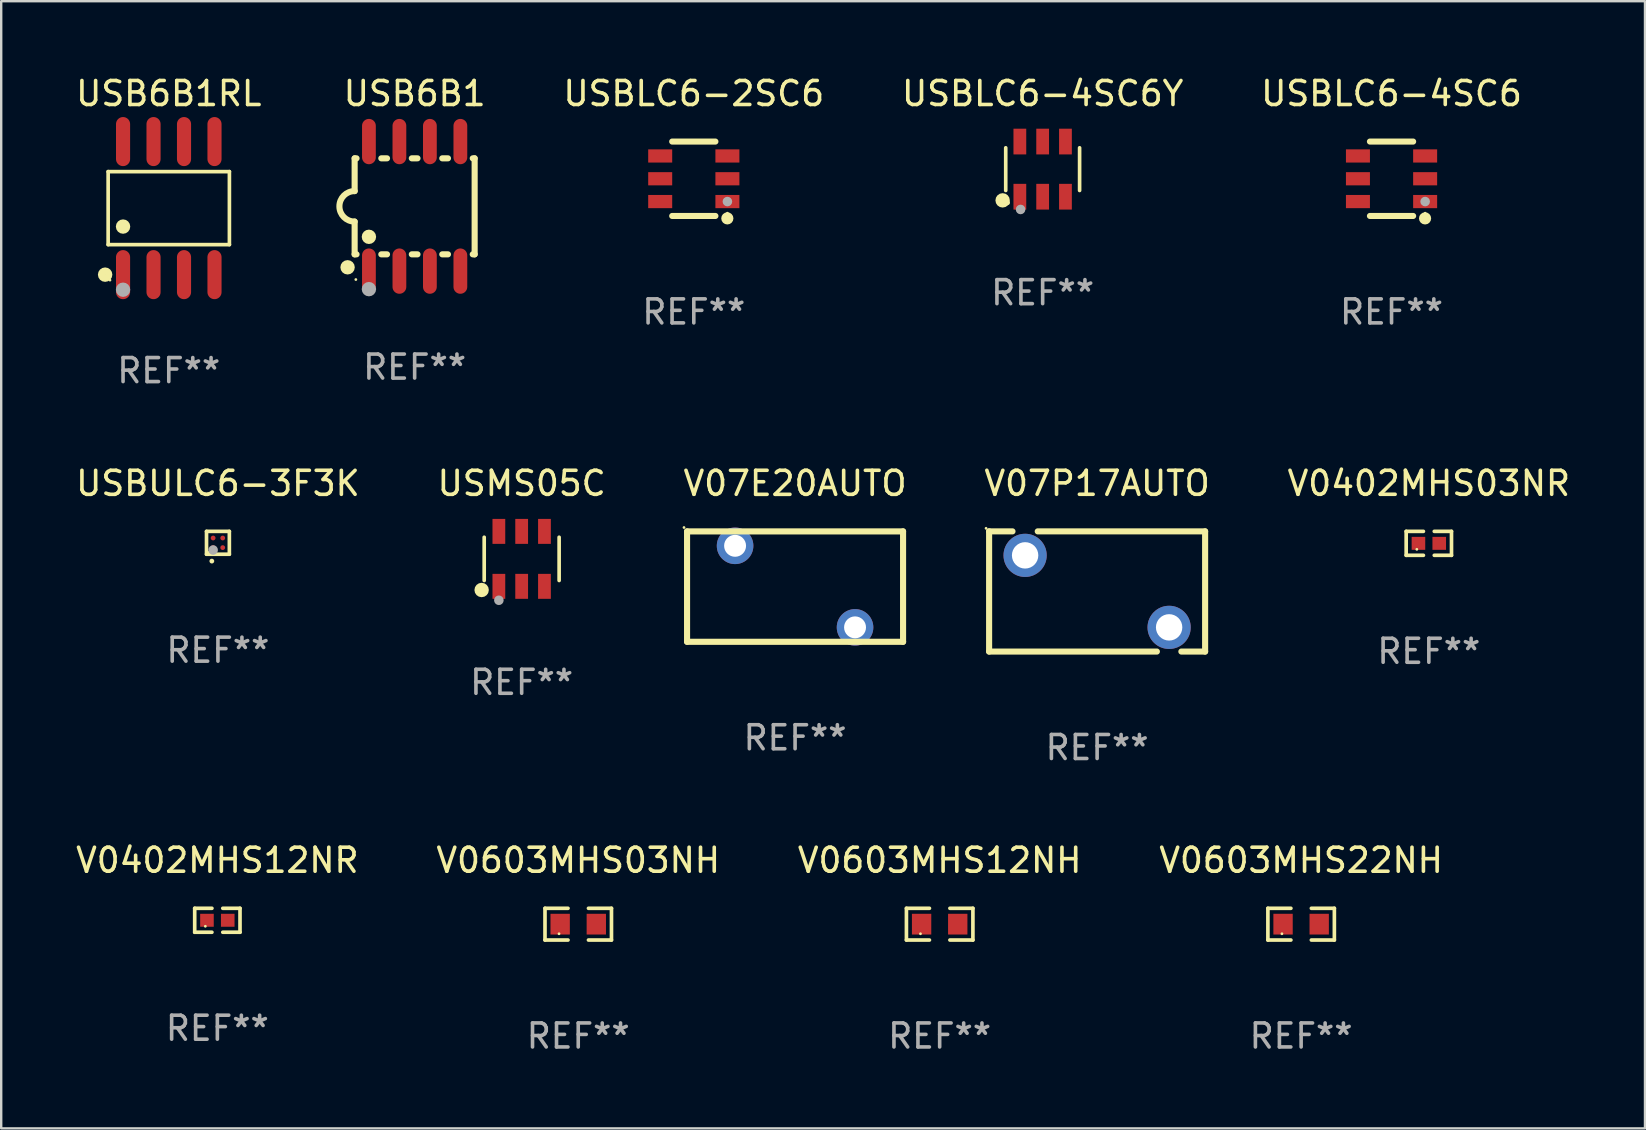
<source format=kicad_pcb>
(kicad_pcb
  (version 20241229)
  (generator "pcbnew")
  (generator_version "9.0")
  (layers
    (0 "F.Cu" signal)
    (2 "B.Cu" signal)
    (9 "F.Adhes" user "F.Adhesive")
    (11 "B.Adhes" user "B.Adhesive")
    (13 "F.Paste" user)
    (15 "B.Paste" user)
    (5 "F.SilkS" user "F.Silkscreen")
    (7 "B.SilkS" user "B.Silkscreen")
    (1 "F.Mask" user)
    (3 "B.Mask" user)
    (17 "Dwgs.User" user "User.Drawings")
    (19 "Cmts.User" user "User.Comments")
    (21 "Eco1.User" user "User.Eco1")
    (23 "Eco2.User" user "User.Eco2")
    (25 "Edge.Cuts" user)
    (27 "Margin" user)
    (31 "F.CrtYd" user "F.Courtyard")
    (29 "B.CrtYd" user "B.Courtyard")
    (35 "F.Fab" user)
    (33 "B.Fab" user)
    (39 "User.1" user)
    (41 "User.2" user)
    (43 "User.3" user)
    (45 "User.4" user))
  (footprint "V0603MHS12NH"
    (layer "F.Cu")
    (at 36.101 35.455)
    (property "Reference" "V0603MHS12NH" (at 0 -2.661 0) (layer "F.SilkS") (effects (font (size 1 1) (thickness 0.15))))
    (attr through_hole)
    (fp_line (start -1.385 -0.661) (end -0.426 -0.661) (stroke (width 0.152) (type solid)) (layer "F.SilkS"))
    (fp_line (start -1.385 0.661) (end -1.385 -0.661) (stroke (width 0.152) (type solid)) (layer "F.SilkS"))
    (fp_line (start -0.426 0.661) (end -1.385 0.661) (stroke (width 0.152) (type solid)) (layer "F.SilkS"))
    (fp_line (start 0.426 0.661) (end 1.385 0.661) (stroke (width 0.152) (type solid)) (layer "F.SilkS"))
    (fp_line (start 1.385 -0.661) (end 0.426 -0.661) (stroke (width 0.152) (type solid)) (layer "F.SilkS"))
    (fp_line (start 1.385 0.661) (end 1.385 -0.661) (stroke (width 0.152) (type solid)) (layer "F.SilkS"))
    (fp_circle (center -0.8 0.4) (end -0.77 0.4) (stroke (width 0.06) (type solid)) (fill no) (layer "F.SilkS"))
    (fp_text user "REF**" (at 0 4.661 0) (layer "F.Fab") (effects (font (size 1 1) (thickness 0.15))))
    (pad "1" smd rect (at -0.753 0) (size 0.806 0.864) (layers "F.Cu" "F.Mask" "F.Paste"))
    (pad "2" smd rect (at 0.753 0) (size 0.806 0.864) (layers "F.Cu" "F.Mask" "F.Paste")))
  (footprint "USB6B1"
    (layer "F.Cu")
    (at 14.226 5.547)
    (property "Reference" "USB6B1" (at 0 -4.699 0) (layer "F.SilkS") (effects (font (size 1 1) (thickness 0.15))))
    (attr through_hole)
    (fp_line (start -2.5 -2) (end -2.5 -0.635) (stroke (width 0.254) (type solid)) (layer "F.SilkS"))
    (fp_line (start -2.5 -2) (end -2.421 -2) (stroke (width 0.254) (type solid)) (layer "F.SilkS"))
    (fp_line (start -2.5 2) (end -2.5 0.635) (stroke (width 0.254) (type solid)) (layer "F.SilkS"))
    (fp_line (start -2.5 2) (end -2.421 2) (stroke (width 0.254) (type solid)) (layer "F.SilkS"))
    (fp_line (start -1.389 -2) (end -1.151 -2) (stroke (width 0.254) (type solid)) (layer "F.SilkS"))
    (fp_line (start -1.389 2) (end -1.151 2) (stroke (width 0.254) (type solid)) (layer "F.SilkS"))
    (fp_line (start -0.119 -2) (end 0.119 -2) (stroke (width 0.254) (type solid)) (layer "F.SilkS"))
    (fp_line (start -0.119 2) (end 0.119 2) (stroke (width 0.254) (type solid)) (layer "F.SilkS"))
    (fp_line (start 1.151 -2) (end 1.389 -2) (stroke (width 0.254) (type solid)) (layer "F.SilkS"))
    (fp_line (start 1.151 2) (end 1.389 2) (stroke (width 0.254) (type solid)) (layer "F.SilkS"))
    (fp_line (start 2.421 -2) (end 2.5 -2) (stroke (width 0.254) (type solid)) (layer "F.SilkS"))
    (fp_line (start 2.421 2) (end 2.5 2) (stroke (width 0.254) (type solid)) (layer "F.SilkS"))
    (fp_line (start 2.5 -2) (end 2.5 2) (stroke (width 0.254) (type solid)) (layer "F.SilkS"))
    (fp_arc (start -2.5 0.635001) (mid -3.134366 -0.000318) (end -2.499365 -0.635001) (stroke (width 0.254001) (type solid)) (layer "F.SilkS"))
    (fp_circle (center -2.794 2.54) (end -2.644 2.54) (stroke (width 0.3) (type solid)) (fill no) (layer "F.SilkS"))
    (fp_circle (center -2.45 3.05) (end -2.42 3.05) (stroke (width 0.06) (type solid)) (fill no) (layer "F.SilkS"))
    (fp_circle (center -1.905 1.27) (end -1.755 1.27) (stroke (width 0.3) (type solid)) (fill no) (layer "F.SilkS"))
    (fp_circle (center -1.905 3.45) (end -1.755 3.45) (stroke (width 0.3) (type solid)) (fill no) (layer "F.Fab"))
    (fp_text user "REF**" (at 0 6.699 0) (layer "F.Fab") (effects (font (size 1 1) (thickness 0.15))))
    (pad "1" smd oval (at -1.905 2.699) (size 0.574 1.888) (layers "F.Cu" "F.Mask" "F.Paste"))
    (pad "2" smd oval (at -0.635 2.699) (size 0.574 1.888) (layers "F.Cu" "F.Mask" "F.Paste"))
    (pad "3" smd oval (at 0.635 2.699) (size 0.574 1.888) (layers "F.Cu" "F.Mask" "F.Paste"))
    (pad "4" smd oval (at 1.905 2.699) (size 0.574 1.888) (layers "F.Cu" "F.Mask" "F.Paste"))
    (pad "5" smd oval (at 1.905 -2.699) (size 0.574 1.888) (layers "F.Cu" "F.Mask" "F.Paste"))
    (pad "6" smd oval (at 0.635 -2.699) (size 0.574 1.888) (layers "F.Cu" "F.Mask" "F.Paste"))
    (pad "7" smd oval (at -0.635 -2.699) (size 0.574 1.888) (layers "F.Cu" "F.Mask" "F.Paste"))
    (pad "8" smd oval (at -1.905 -2.699) (size 0.574 1.888) (layers "F.Cu" "F.Mask" "F.Paste")))
  (footprint "V07E20AUTO"
    (layer "F.Cu")
    (at 30.077 21.39)
    (property "Reference" "V07E20AUTO" (at 0 -4.3 0) (layer "F.SilkS") (effects (font (size 1 1) (thickness 0.15))))
    (attr through_hole)
    (fp_line (start -4.501 -2.3) (end 4.499 -2.3) (stroke (width 0.254) (type solid)) (layer "F.SilkS"))
    (fp_line (start -4.501 2.3) (end -4.501 -2.3) (stroke (width 0.254) (type solid)) (layer "F.SilkS"))
    (fp_line (start 4.499 -2.3) (end 4.499 2.3) (stroke (width 0.254) (type solid)) (layer "F.SilkS"))
    (fp_line (start 4.501 2.3) (end -4.501 2.3) (stroke (width 0.254) (type solid)) (layer "F.SilkS"))
    (fp_circle (center -4.628 -2.461) (end -4.598 -2.461) (stroke (width 0.06) (type solid)) (fill no) (layer "F.SilkS"))
    (fp_text user "REF**" (at 0 6.3 0) (layer "F.Fab") (effects (font (size 1 1) (thickness 0.15))))
    (pad "1" thru_hole circle (at -2.5 -1.699) (size 1.524 1.524) (drill 0.914) (layers "*.Cu" "*.Mask"))
    (pad "2" thru_hole circle (at 2.498 1.699) (size 1.524 1.524) (drill 0.914) (layers "*.Cu" "*.Mask")))
  (footprint "USB6B1RL"
    (layer "F.Cu")
    (at 3.982 5.621)
    (property "Reference" "USB6B1RL" (at 0 -4.772 0) (layer "F.SilkS") (effects (font (size 1 1) (thickness 0.15))))
    (attr through_hole)
    (fp_line (start -2.526 -1.521) (end 2.526 -1.521) (stroke (width 0.152) (type solid)) (layer "F.SilkS"))
    (fp_line (start -2.526 1.521) (end -2.526 -1.521) (stroke (width 0.152) (type solid)) (layer "F.SilkS"))
    (fp_line (start 2.526 -1.521) (end 2.526 1.521) (stroke (width 0.152) (type solid)) (layer "F.SilkS"))
    (fp_line (start 2.526 1.521) (end -2.526 1.521) (stroke (width 0.152) (type solid)) (layer "F.SilkS"))
    (fp_circle (center -2.652 2.772) (end -2.501 2.772) (stroke (width 0.3) (type solid)) (fill no) (layer "F.SilkS"))
    (fp_circle (center -2.45 3) (end -2.42 3) (stroke (width 0.06) (type solid)) (fill no) (layer "F.SilkS"))
    (fp_circle (center -1.905 0.769) (end -1.755 0.769) (stroke (width 0.3) (type solid)) (fill no) (layer "F.SilkS"))
    (fp_circle (center -1.905 3.4) (end -1.755 3.4) (stroke (width 0.3) (type solid)) (fill no) (layer "F.Fab"))
    (fp_text user "REF**" (at 0 6.772 0) (layer "F.Fab") (effects (font (size 1 1) (thickness 0.15))))
    (pad "1" smd oval (at -1.905 2.772) (size 0.588 2.045) (layers "F.Cu" "F.Mask" "F.Paste"))
    (pad "2" smd oval (at -0.635 2.772) (size 0.588 2.045) (layers "F.Cu" "F.Mask" "F.Paste"))
    (pad "3" smd oval (at 0.635 2.772) (size 0.588 2.045) (layers "F.Cu" "F.Mask" "F.Paste"))
    (pad "4" smd oval (at 1.905 2.772) (size 0.588 2.045) (layers "F.Cu" "F.Mask" "F.Paste"))
    (pad "5" smd oval (at 1.905 -2.772) (size 0.588 2.045) (layers "F.Cu" "F.Mask" "F.Paste"))
    (pad "6" smd oval (at 0.635 -2.772) (size 0.588 2.045) (layers "F.Cu" "F.Mask" "F.Paste"))
    (pad "7" smd oval (at -0.635 -2.772) (size 0.588 2.045) (layers "F.Cu" "F.Mask" "F.Paste"))
    (pad "8" smd oval (at -1.905 -2.772) (size 0.588 2.045) (layers "F.Cu" "F.Mask" "F.Paste")))
  (footprint "USBLC6-4SC6"
    (layer "F.Cu")
    (at 54.928 4.398)
    (property "Reference" "USBLC6-4SC6" (at 0 -3.55 0) (layer "F.SilkS") (effects (font (size 1 1) (thickness 0.15))))
    (attr through_hole)
    (fp_line (start -0.9 -1.55) (end 0.9 -1.55) (stroke (width 0.254) (type solid)) (layer "F.SilkS"))
    (fp_line (start -0.9 1.55) (end 0.9 1.55) (stroke (width 0.254) (type solid)) (layer "F.SilkS"))
    (fp_circle (center 1.397 1.651) (end 1.524 1.651) (stroke (width 0.254) (type solid)) (fill no) (layer "F.SilkS"))
    (fp_circle (center 1.4 1.435) (end 1.43 1.435) (stroke (width 0.06) (type solid)) (fill no) (layer "F.SilkS"))
    (fp_circle (center 1.4 0.95) (end 1.5 0.95) (stroke (width 0.2) (type solid)) (fill no) (layer "F.Fab"))
    (fp_text user "REF**" (at 0 5.55 0) (layer "F.Fab") (effects (font (size 1 1) (thickness 0.15))))
    (pad "1" smd rect (at 1.4 0.95) (size 1 0.55) (layers "F.Cu" "F.Mask" "F.Paste"))
    (pad "2" smd rect (at 1.4 -0.000102) (size 1 0.55) (layers "F.Cu" "F.Mask" "F.Paste"))
    (pad "3" smd rect (at 1.4 -0.95) (size 1 0.55) (layers "F.Cu" "F.Mask" "F.Paste"))
    (pad "4" smd rect (at -1.4 -0.95) (size 1 0.55) (layers "F.Cu" "F.Mask" "F.Paste"))
    (pad "5" smd rect (at -1.4 -0.000102) (size 1 0.55) (layers "F.Cu" "F.Mask" "F.Paste"))
    (pad "6" smd rect (at -1.4 0.95) (size 1 0.55) (layers "F.Cu" "F.Mask" "F.Paste")))
  (footprint "USBLC6-4SC6Y"
    (layer "F.Cu")
    (at 40.392 3.997)
    (property "Reference" "USBLC6-4SC6Y" (at 0 -3.149 0) (layer "F.SilkS") (effects (font (size 1 1) (thickness 0.15))))
    (attr through_hole)
    (fp_line (start -1.539 0.889) (end -1.539 -0.889) (stroke (width 0.152) (type solid)) (layer "F.SilkS"))
    (fp_line (start 1.539 0.889) (end 1.539 -0.889) (stroke (width 0.152) (type solid)) (layer "F.SilkS"))
    (fp_circle (center -1.668 1.301) (end -1.518 1.301) (stroke (width 0.3) (type solid)) (fill no) (layer "F.SilkS"))
    (fp_circle (center -1.463 1.4) (end -1.413 1.4) (stroke (width 0.1) (type solid)) (fill no) (layer "F.SilkS"))
    (fp_circle (center -0.92 1.68) (end -0.82 1.68) (stroke (width 0.2) (type solid)) (fill no) (layer "F.Fab"))
    (fp_text user "REF**" (at 0 5.149 0) (layer "F.Fab") (effects (font (size 1 1) (thickness 0.15))))
    (pad "1" smd rect (at -0.95 1.149) (size 0.532 1.072) (layers "F.Cu" "F.Mask" "F.Paste"))
    (pad "2" smd rect (at 0 1.149) (size 0.532 1.072) (layers "F.Cu" "F.Mask" "F.Paste"))
    (pad "3" smd rect (at 0.95 1.149) (size 0.532 1.072) (layers "F.Cu" "F.Mask" "F.Paste"))
    (pad "4" smd rect (at 0.95 -1.149) (size 0.532 1.072) (layers "F.Cu" "F.Mask" "F.Paste"))
    (pad "5" smd rect (at 0 -1.149) (size 0.532 1.072) (layers "F.Cu" "F.Mask" "F.Paste"))
    (pad "6" smd rect (at -0.95 -1.149) (size 0.532 1.072) (layers "F.Cu" "F.Mask" "F.Paste")))
  (footprint "V0402MHS03NR"
    (layer "F.Cu")
    (at 56.482 19.588)
    (property "Reference" "V0402MHS03NR" (at 0 -2.499 0) (layer "F.SilkS") (effects (font (size 1 1) (thickness 0.15))))
    (attr through_hole)
    (fp_line (start -0.944 -0.499) (end -0.226 -0.499) (stroke (width 0.152) (type solid)) (layer "F.SilkS"))
    (fp_line (start -0.944 0.499) (end -0.944 -0.499) (stroke (width 0.152) (type solid)) (layer "F.SilkS"))
    (fp_line (start -0.226 0.499) (end -0.944 0.499) (stroke (width 0.152) (type solid)) (layer "F.SilkS"))
    (fp_line (start 0.226 0.499) (end 0.944 0.499) (stroke (width 0.152) (type solid)) (layer "F.SilkS"))
    (fp_line (start 0.944 -0.499) (end 0.226 -0.499) (stroke (width 0.152) (type solid)) (layer "F.SilkS"))
    (fp_line (start 0.944 0.499) (end 0.944 -0.499) (stroke (width 0.152) (type solid)) (layer "F.SilkS"))
    (fp_circle (center -0.5 0.25) (end -0.47 0.25) (stroke (width 0.06) (type solid)) (fill no) (layer "F.SilkS"))
    (fp_text user "REF**" (at 0 4.499 0) (layer "F.Fab") (effects (font (size 1 1) (thickness 0.15))))
    (pad "1" smd rect (at -0.433 0) (size 0.566 0.54) (layers "F.Cu" "F.Mask" "F.Paste"))
    (pad "2" smd rect (at 0.433 0) (size 0.566 0.54) (layers "F.Cu" "F.Mask" "F.Paste")))
  (footprint "V0402MHS12NR"
    (layer "F.Cu")
    (at 6.006 35.293)
    (property "Reference" "V0402MHS12NR" (at 0 -2.499 0) (layer "F.SilkS") (effects (font (size 1 1) (thickness 0.15))))
    (attr through_hole)
    (fp_line (start -0.944 -0.499) (end -0.226 -0.499) (stroke (width 0.152) (type solid)) (layer "F.SilkS"))
    (fp_line (start -0.944 0.499) (end -0.944 -0.499) (stroke (width 0.152) (type solid)) (layer "F.SilkS"))
    (fp_line (start -0.226 0.499) (end -0.944 0.499) (stroke (width 0.152) (type solid)) (layer "F.SilkS"))
    (fp_line (start 0.226 0.499) (end 0.944 0.499) (stroke (width 0.152) (type solid)) (layer "F.SilkS"))
    (fp_line (start 0.944 -0.499) (end 0.226 -0.499) (stroke (width 0.152) (type solid)) (layer "F.SilkS"))
    (fp_line (start 0.944 0.499) (end 0.944 -0.499) (stroke (width 0.152) (type solid)) (layer "F.SilkS"))
    (fp_circle (center -0.5 0.25) (end -0.47 0.25) (stroke (width 0.06) (type solid)) (fill no) (layer "F.SilkS"))
    (fp_text user "REF**" (at 0 4.499 0) (layer "F.Fab") (effects (font (size 1 1) (thickness 0.15))))
    (pad "1" smd rect (at -0.433 0) (size 0.566 0.54) (layers "F.Cu" "F.Mask" "F.Paste"))
    (pad "2" smd rect (at 0.433 0) (size 0.566 0.54) (layers "F.Cu" "F.Mask" "F.Paste")))
  (footprint "V07P17AUTO"
    (layer "F.Cu")
    (at 42.661 21.593)
    (property "Reference" "V07P17AUTO" (at 0 -4.504 0) (layer "F.SilkS") (effects (font (size 1 1) (thickness 0.15))))
    (attr through_hole)
    (fp_line (start -4.5 -2.504) (end -4.5 2.504) (stroke (width 0.254) (type solid)) (layer "F.SilkS"))
    (fp_line (start -4.5 -2.504) (end -3.526 -2.504) (stroke (width 0.254) (type solid)) (layer "F.SilkS"))
    (fp_line (start -4.5 2.504) (end 2.49 2.504) (stroke (width 0.254) (type solid)) (layer "F.SilkS"))
    (fp_line (start -2.474 -2.504) (end 4.5 -2.504) (stroke (width 0.254) (type solid)) (layer "F.SilkS"))
    (fp_line (start 3.51 2.504) (end 4.5 2.504) (stroke (width 0.254) (type solid)) (layer "F.SilkS"))
    (fp_line (start 4.5 2.504) (end 4.5 -2.504) (stroke (width 0.254) (type solid)) (layer "F.SilkS"))
    (fp_circle (center -4.627 -2.631) (end -4.597 -2.631) (stroke (width 0.06) (type solid)) (fill no) (layer "F.SilkS"))
    (fp_text user "REF**" (at 0 6.504 0) (layer "F.Fab") (effects (font (size 1 1) (thickness 0.15))))
    (pad "1" thru_hole circle (at -3 -1.504) (size 1.8 1.8) (drill 1.1) (layers "*.Cu" "*.Mask"))
    (pad "2" thru_hole circle (at 3 1.496) (size 1.8 1.8) (drill 1.1) (layers "*.Cu" "*.Mask")))
  (footprint "V0603MHS22NH"
    (layer "F.Cu")
    (at 51.161 35.455)
    (property "Reference" "V0603MHS22NH" (at 0 -2.661 0) (layer "F.SilkS") (effects (font (size 1 1) (thickness 0.15))))
    (attr through_hole)
    (fp_line (start -1.385 -0.661) (end -0.426 -0.661) (stroke (width 0.152) (type solid)) (layer "F.SilkS"))
    (fp_line (start -1.385 0.661) (end -1.385 -0.661) (stroke (width 0.152) (type solid)) (layer "F.SilkS"))
    (fp_line (start -0.426 0.661) (end -1.385 0.661) (stroke (width 0.152) (type solid)) (layer "F.SilkS"))
    (fp_line (start 0.426 0.661) (end 1.385 0.661) (stroke (width 0.152) (type solid)) (layer "F.SilkS"))
    (fp_line (start 1.385 -0.661) (end 0.426 -0.661) (stroke (width 0.152) (type solid)) (layer "F.SilkS"))
    (fp_line (start 1.385 0.661) (end 1.385 -0.661) (stroke (width 0.152) (type solid)) (layer "F.SilkS"))
    (fp_circle (center -0.8 0.4) (end -0.77 0.4) (stroke (width 0.06) (type solid)) (fill no) (layer "F.SilkS"))
    (fp_text user "REF**" (at 0 4.661 0) (layer "F.Fab") (effects (font (size 1 1) (thickness 0.15))))
    (pad "1" smd rect (at -0.753 0) (size 0.806 0.864) (layers "F.Cu" "F.Mask" "F.Paste"))
    (pad "2" smd rect (at 0.753 0) (size 0.806 0.864) (layers "F.Cu" "F.Mask" "F.Paste")))
  (footprint "USMS05C"
    (layer "F.Cu")
    (at 18.685 20.235)
    (property "Reference" "USMS05C" (at 0 -3.145 0) (layer "F.SilkS") (effects (font (size 1 1) (thickness 0.15))))
    (attr through_hole)
    (fp_line (start -1.561 0.901) (end -1.561 -0.901) (stroke (width 0.152) (type solid)) (layer "F.SilkS"))
    (fp_line (start 1.561 0.901) (end 1.561 -0.901) (stroke (width 0.152) (type solid)) (layer "F.SilkS"))
    (fp_circle (center -1.668 1.297) (end -1.518 1.297) (stroke (width 0.3) (type solid)) (fill no) (layer "F.SilkS"))
    (fp_circle (center -1.485 1.425) (end -1.455 1.425) (stroke (width 0.06) (type solid)) (fill no) (layer "F.SilkS"))
    (fp_circle (center -0.95 1.725) (end -0.85 1.725) (stroke (width 0.2) (type solid)) (fill no) (layer "F.Fab"))
    (fp_text user "REF**" (at 0 5.145 0) (layer "F.Fab") (effects (font (size 1 1) (thickness 0.15))))
    (pad "1" smd rect (at -0.95 1.145) (size 0.532 1.04) (layers "F.Cu" "F.Mask" "F.Paste"))
    (pad "2" smd rect (at 0 1.145) (size 0.532 1.04) (layers "F.Cu" "F.Mask" "F.Paste"))
    (pad "3" smd rect (at 0.95 1.145) (size 0.532 1.04) (layers "F.Cu" "F.Mask" "F.Paste"))
    (pad "4" smd rect (at 0.95 -1.145) (size 0.532 1.04) (layers "F.Cu" "F.Mask" "F.Paste"))
    (pad "5" smd rect (at 0 -1.145) (size 0.532 1.04) (layers "F.Cu" "F.Mask" "F.Paste"))
    (pad "6" smd rect (at -0.95 -1.145) (size 0.532 1.04) (layers "F.Cu" "F.Mask" "F.Paste")))
  (footprint "USBLC6-2SC6"
    (layer "F.Cu")
    (at 25.857 4.398)
    (property "Reference" "USBLC6-2SC6" (at 0 -3.55 0) (layer "F.SilkS") (effects (font (size 1 1) (thickness 0.15))))
    (attr through_hole)
    (fp_line (start -0.9 -1.55) (end 0.9 -1.55) (stroke (width 0.254) (type solid)) (layer "F.SilkS"))
    (fp_line (start -0.9 1.55) (end 0.9 1.55) (stroke (width 0.254) (type solid)) (layer "F.SilkS"))
    (fp_circle (center 1.397 1.651) (end 1.524 1.651) (stroke (width 0.254) (type solid)) (fill no) (layer "F.SilkS"))
    (fp_circle (center 1.4 1.435) (end 1.43 1.435) (stroke (width 0.06) (type solid)) (fill no) (layer "F.SilkS"))
    (fp_circle (center 1.4 0.95) (end 1.5 0.95) (stroke (width 0.2) (type solid)) (fill no) (layer "F.Fab"))
    (fp_text user "REF**" (at 0 5.55 0) (layer "F.Fab") (effects (font (size 1 1) (thickness 0.15))))
    (pad "1" smd rect (at 1.4 0.95) (size 1 0.55) (layers "F.Cu" "F.Mask" "F.Paste"))
    (pad "2" smd rect (at 1.4 -0.000102) (size 1 0.55) (layers "F.Cu" "F.Mask" "F.Paste"))
    (pad "3" smd rect (at 1.4 -0.95) (size 1 0.55) (layers "F.Cu" "F.Mask" "F.Paste"))
    (pad "4" smd rect (at -1.4 -0.95) (size 1 0.55) (layers "F.Cu" "F.Mask" "F.Paste"))
    (pad "5" smd rect (at -1.4 -0.000102) (size 1 0.55) (layers "F.Cu" "F.Mask" "F.Paste"))
    (pad "6" smd rect (at -1.4 0.95) (size 1 0.55) (layers "F.Cu" "F.Mask" "F.Paste")))
  (footprint "V0603MHS03NH"
    (layer "F.Cu")
    (at 21.042 35.455)
    (property "Reference" "V0603MHS03NH" (at 0 -2.661 0) (layer "F.SilkS") (effects (font (size 1 1) (thickness 0.15))))
    (attr through_hole)
    (fp_line (start -1.385 -0.661) (end -0.426 -0.661) (stroke (width 0.152) (type solid)) (layer "F.SilkS"))
    (fp_line (start -1.385 0.661) (end -1.385 -0.661) (stroke (width 0.152) (type solid)) (layer "F.SilkS"))
    (fp_line (start -0.426 0.661) (end -1.385 0.661) (stroke (width 0.152) (type solid)) (layer "F.SilkS"))
    (fp_line (start 0.426 0.661) (end 1.385 0.661) (stroke (width 0.152) (type solid)) (layer "F.SilkS"))
    (fp_line (start 1.385 -0.661) (end 0.426 -0.661) (stroke (width 0.152) (type solid)) (layer "F.SilkS"))
    (fp_line (start 1.385 0.661) (end 1.385 -0.661) (stroke (width 0.152) (type solid)) (layer "F.SilkS"))
    (fp_circle (center -0.8 0.4) (end -0.77 0.4) (stroke (width 0.06) (type solid)) (fill no) (layer "F.SilkS"))
    (fp_text user "REF**" (at 0 4.661 0) (layer "F.Fab") (effects (font (size 1 1) (thickness 0.15))))
    (pad "1" smd rect (at -0.753 0) (size 0.806 0.864) (layers "F.Cu" "F.Mask" "F.Paste"))
    (pad "2" smd rect (at 0.753 0) (size 0.806 0.864) (layers "F.Cu" "F.Mask" "F.Paste")))
  (footprint "USBULC6-3F3K"
    (layer "F.Cu")
    (at 6.03 19.566)
    (property "Reference" "USBULC6-3F3K" (at 0 -2.476 0) (layer "F.SilkS") (effects (font (size 1 1) (thickness 0.15))))
    (attr through_hole)
    (fp_line (start -0.476 -0.476) (end 0.476 -0.476) (stroke (width 0.152) (type solid)) (layer "F.SilkS"))
    (fp_line (start -0.476 0.476) (end -0.476 -0.476) (stroke (width 0.152) (type solid)) (layer "F.SilkS"))
    (fp_line (start 0.476 -0.476) (end 0.476 0.476) (stroke (width 0.152) (type solid)) (layer "F.SilkS"))
    (fp_line (start 0.476 0.476) (end -0.476 0.476) (stroke (width 0.152) (type solid)) (layer "F.SilkS"))
    (fp_circle (center -0.4 0.4) (end -0.37 0.4) (stroke (width 0.06) (type solid)) (fill no) (layer "F.SilkS"))
    (fp_circle (center -0.254 0.762) (end -0.204 0.762) (stroke (width 0.1) (type solid)) (fill no) (layer "F.SilkS"))
    (fp_circle (center -0.2 0.3) (end -0.1 0.3) (stroke (width 0.2) (type solid)) (fill no) (layer "F.Fab"))
    (fp_text user "REF**" (at 0 4.476 0) (layer "F.Fab") (effects (font (size 1 1) (thickness 0.15))))
    (pad "A1" smd circle (at -0.2 0.2) (size 0.2 0.2) (layers "F.Cu" "F.Mask" "F.Paste"))
    (pad "A2" smd circle (at -0.2 -0.2) (size 0.2 0.2) (layers "F.Cu" "F.Mask" "F.Paste"))
    (pad "B1" smd circle (at 0.2 0.2) (size 0.2 0.2) (layers "F.Cu" "F.Mask" "F.Paste"))
    (pad "B2" smd circle (at 0.2 -0.2) (size 0.2 0.2) (layers "F.Cu" "F.Mask" "F.Paste")))
  (gr_rect
    (start -3 -3)
    (end 65.488 43.963)
    (stroke (width 0.1) (type default))
    (fill no)
    (layer "Edge.Cuts")))
</source>
